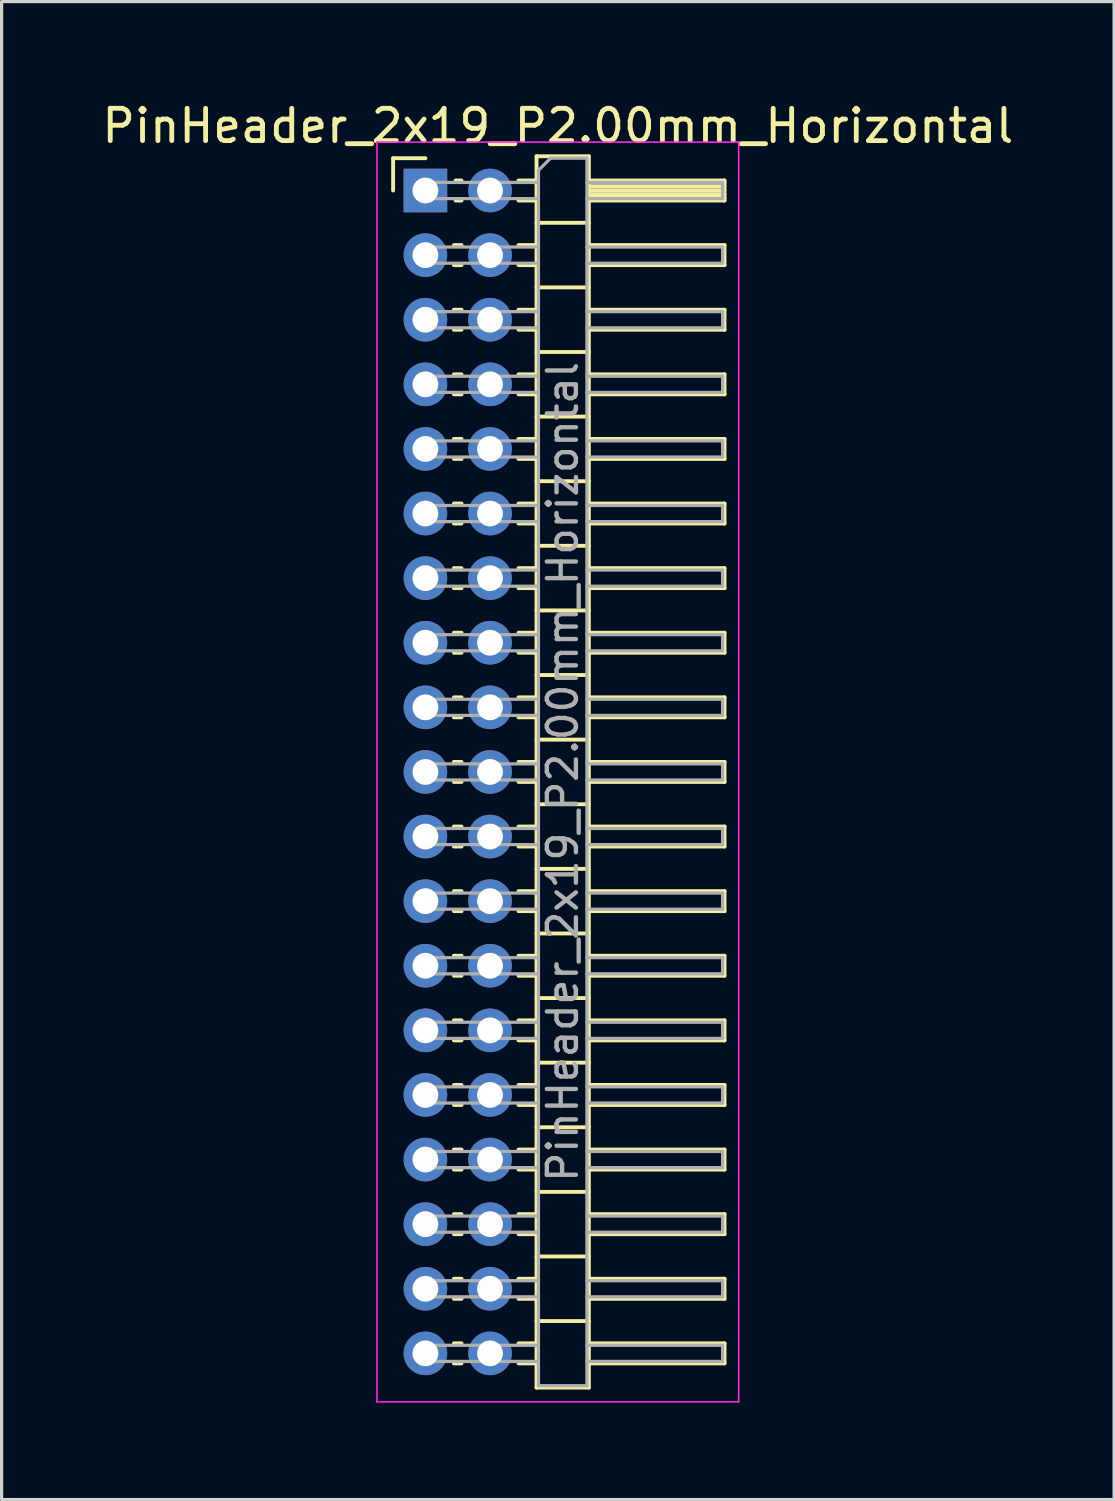
<source format=kicad_pcb>
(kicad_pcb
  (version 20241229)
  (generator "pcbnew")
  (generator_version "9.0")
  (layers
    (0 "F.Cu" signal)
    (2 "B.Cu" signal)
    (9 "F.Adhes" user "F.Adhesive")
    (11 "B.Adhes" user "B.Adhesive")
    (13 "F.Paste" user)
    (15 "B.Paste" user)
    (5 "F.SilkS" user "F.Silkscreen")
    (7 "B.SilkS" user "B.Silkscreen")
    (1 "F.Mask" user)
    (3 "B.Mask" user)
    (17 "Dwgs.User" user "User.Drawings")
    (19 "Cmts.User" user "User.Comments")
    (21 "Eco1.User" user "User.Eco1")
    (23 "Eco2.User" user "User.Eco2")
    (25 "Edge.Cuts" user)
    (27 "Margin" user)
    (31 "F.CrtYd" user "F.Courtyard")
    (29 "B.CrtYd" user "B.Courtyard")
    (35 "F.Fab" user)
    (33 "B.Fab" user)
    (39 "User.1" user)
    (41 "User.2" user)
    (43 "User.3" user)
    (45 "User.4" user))
  (footprint "PinHeader_2x19_P2.00mm_Horizontal"
    (layer "F.Cu")
    (at 10.12 2.848)
    (property "Reference" "PinHeader_2x19_P2.00mm_Horizontal" (at 4.1 -2 0) (layer "F.SilkS") (effects (font (size 1 1) (thickness 0.15))))
    (attr through_hole)
    (fp_line (start -1 -1) (end 0 -1) (stroke (width 0.12) (type solid)) (layer "F.SilkS"))
    (fp_line (start -1 0) (end -1 -1) (stroke (width 0.12) (type solid)) (layer "F.SilkS"))
    (fp_line (start 0.882 1.69) (end 1.118 1.69) (stroke (width 0.12) (type solid)) (layer "F.SilkS"))
    (fp_line (start 0.882 2.31) (end 1.118 2.31) (stroke (width 0.12) (type solid)) (layer "F.SilkS"))
    (fp_line (start 0.882 3.69) (end 1.118 3.69) (stroke (width 0.12) (type solid)) (layer "F.SilkS"))
    (fp_line (start 0.882 4.31) (end 1.118 4.31) (stroke (width 0.12) (type solid)) (layer "F.SilkS"))
    (fp_line (start 0.882 5.69) (end 1.118 5.69) (stroke (width 0.12) (type solid)) (layer "F.SilkS"))
    (fp_line (start 0.882 6.31) (end 1.118 6.31) (stroke (width 0.12) (type solid)) (layer "F.SilkS"))
    (fp_line (start 0.882 7.69) (end 1.118 7.69) (stroke (width 0.12) (type solid)) (layer "F.SilkS"))
    (fp_line (start 0.882 8.31) (end 1.118 8.31) (stroke (width 0.12) (type solid)) (layer "F.SilkS"))
    (fp_line (start 0.882 9.69) (end 1.118 9.69) (stroke (width 0.12) (type solid)) (layer "F.SilkS"))
    (fp_line (start 0.882 10.31) (end 1.118 10.31) (stroke (width 0.12) (type solid)) (layer "F.SilkS"))
    (fp_line (start 0.882 11.69) (end 1.118 11.69) (stroke (width 0.12) (type solid)) (layer "F.SilkS"))
    (fp_line (start 0.882 12.31) (end 1.118 12.31) (stroke (width 0.12) (type solid)) (layer "F.SilkS"))
    (fp_line (start 0.882 13.69) (end 1.118 13.69) (stroke (width 0.12) (type solid)) (layer "F.SilkS"))
    (fp_line (start 0.882 14.31) (end 1.118 14.31) (stroke (width 0.12) (type solid)) (layer "F.SilkS"))
    (fp_line (start 0.882 15.69) (end 1.118 15.69) (stroke (width 0.12) (type solid)) (layer "F.SilkS"))
    (fp_line (start 0.882 16.31) (end 1.118 16.31) (stroke (width 0.12) (type solid)) (layer "F.SilkS"))
    (fp_line (start 0.882 17.69) (end 1.118 17.69) (stroke (width 0.12) (type solid)) (layer "F.SilkS"))
    (fp_line (start 0.882 18.31) (end 1.118 18.31) (stroke (width 0.12) (type solid)) (layer "F.SilkS"))
    (fp_line (start 0.882 19.69) (end 1.118 19.69) (stroke (width 0.12) (type solid)) (layer "F.SilkS"))
    (fp_line (start 0.882 20.31) (end 1.118 20.31) (stroke (width 0.12) (type solid)) (layer "F.SilkS"))
    (fp_line (start 0.882 21.69) (end 1.118 21.69) (stroke (width 0.12) (type solid)) (layer "F.SilkS"))
    (fp_line (start 0.882 22.31) (end 1.118 22.31) (stroke (width 0.12) (type solid)) (layer "F.SilkS"))
    (fp_line (start 0.882 23.69) (end 1.118 23.69) (stroke (width 0.12) (type solid)) (layer "F.SilkS"))
    (fp_line (start 0.882 24.31) (end 1.118 24.31) (stroke (width 0.12) (type solid)) (layer "F.SilkS"))
    (fp_line (start 0.882 25.69) (end 1.118 25.69) (stroke (width 0.12) (type solid)) (layer "F.SilkS"))
    (fp_line (start 0.882 26.31) (end 1.118 26.31) (stroke (width 0.12) (type solid)) (layer "F.SilkS"))
    (fp_line (start 0.882 27.69) (end 1.118 27.69) (stroke (width 0.12) (type solid)) (layer "F.SilkS"))
    (fp_line (start 0.882 28.31) (end 1.118 28.31) (stroke (width 0.12) (type solid)) (layer "F.SilkS"))
    (fp_line (start 0.882 29.69) (end 1.118 29.69) (stroke (width 0.12) (type solid)) (layer "F.SilkS"))
    (fp_line (start 0.882 30.31) (end 1.118 30.31) (stroke (width 0.12) (type solid)) (layer "F.SilkS"))
    (fp_line (start 0.882 31.69) (end 1.118 31.69) (stroke (width 0.12) (type solid)) (layer "F.SilkS"))
    (fp_line (start 0.882 32.31) (end 1.118 32.31) (stroke (width 0.12) (type solid)) (layer "F.SilkS"))
    (fp_line (start 0.882 33.69) (end 1.118 33.69) (stroke (width 0.12) (type solid)) (layer "F.SilkS"))
    (fp_line (start 0.882 34.31) (end 1.118 34.31) (stroke (width 0.12) (type solid)) (layer "F.SilkS"))
    (fp_line (start 0.882 35.69) (end 1.118 35.69) (stroke (width 0.12) (type solid)) (layer "F.SilkS"))
    (fp_line (start 0.882 36.31) (end 1.118 36.31) (stroke (width 0.12) (type solid)) (layer "F.SilkS"))
    (fp_line (start 0.935 -0.31) (end 1.118 -0.31) (stroke (width 0.12) (type solid)) (layer "F.SilkS"))
    (fp_line (start 0.935 0.31) (end 1.118 0.31) (stroke (width 0.12) (type solid)) (layer "F.SilkS"))
    (fp_line (start 2.882 -0.31) (end 3.44 -0.31) (stroke (width 0.12) (type solid)) (layer "F.SilkS"))
    (fp_line (start 2.882 0.31) (end 3.44 0.31) (stroke (width 0.12) (type solid)) (layer "F.SilkS"))
    (fp_line (start 2.882 1.69) (end 3.44 1.69) (stroke (width 0.12) (type solid)) (layer "F.SilkS"))
    (fp_line (start 2.882 2.31) (end 3.44 2.31) (stroke (width 0.12) (type solid)) (layer "F.SilkS"))
    (fp_line (start 2.882 3.69) (end 3.44 3.69) (stroke (width 0.12) (type solid)) (layer "F.SilkS"))
    (fp_line (start 2.882 4.31) (end 3.44 4.31) (stroke (width 0.12) (type solid)) (layer "F.SilkS"))
    (fp_line (start 2.882 5.69) (end 3.44 5.69) (stroke (width 0.12) (type solid)) (layer "F.SilkS"))
    (fp_line (start 2.882 6.31) (end 3.44 6.31) (stroke (width 0.12) (type solid)) (layer "F.SilkS"))
    (fp_line (start 2.882 7.69) (end 3.44 7.69) (stroke (width 0.12) (type solid)) (layer "F.SilkS"))
    (fp_line (start 2.882 8.31) (end 3.44 8.31) (stroke (width 0.12) (type solid)) (layer "F.SilkS"))
    (fp_line (start 2.882 9.69) (end 3.44 9.69) (stroke (width 0.12) (type solid)) (layer "F.SilkS"))
    (fp_line (start 2.882 10.31) (end 3.44 10.31) (stroke (width 0.12) (type solid)) (layer "F.SilkS"))
    (fp_line (start 2.882 11.69) (end 3.44 11.69) (stroke (width 0.12) (type solid)) (layer "F.SilkS"))
    (fp_line (start 2.882 12.31) (end 3.44 12.31) (stroke (width 0.12) (type solid)) (layer "F.SilkS"))
    (fp_line (start 2.882 13.69) (end 3.44 13.69) (stroke (width 0.12) (type solid)) (layer "F.SilkS"))
    (fp_line (start 2.882 14.31) (end 3.44 14.31) (stroke (width 0.12) (type solid)) (layer "F.SilkS"))
    (fp_line (start 2.882 15.69) (end 3.44 15.69) (stroke (width 0.12) (type solid)) (layer "F.SilkS"))
    (fp_line (start 2.882 16.31) (end 3.44 16.31) (stroke (width 0.12) (type solid)) (layer "F.SilkS"))
    (fp_line (start 2.882 17.69) (end 3.44 17.69) (stroke (width 0.12) (type solid)) (layer "F.SilkS"))
    (fp_line (start 2.882 18.31) (end 3.44 18.31) (stroke (width 0.12) (type solid)) (layer "F.SilkS"))
    (fp_line (start 2.882 19.69) (end 3.44 19.69) (stroke (width 0.12) (type solid)) (layer "F.SilkS"))
    (fp_line (start 2.882 20.31) (end 3.44 20.31) (stroke (width 0.12) (type solid)) (layer "F.SilkS"))
    (fp_line (start 2.882 21.69) (end 3.44 21.69) (stroke (width 0.12) (type solid)) (layer "F.SilkS"))
    (fp_line (start 2.882 22.31) (end 3.44 22.31) (stroke (width 0.12) (type solid)) (layer "F.SilkS"))
    (fp_line (start 2.882 23.69) (end 3.44 23.69) (stroke (width 0.12) (type solid)) (layer "F.SilkS"))
    (fp_line (start 2.882 24.31) (end 3.44 24.31) (stroke (width 0.12) (type solid)) (layer "F.SilkS"))
    (fp_line (start 2.882 25.69) (end 3.44 25.69) (stroke (width 0.12) (type solid)) (layer "F.SilkS"))
    (fp_line (start 2.882 26.31) (end 3.44 26.31) (stroke (width 0.12) (type solid)) (layer "F.SilkS"))
    (fp_line (start 2.882 27.69) (end 3.44 27.69) (stroke (width 0.12) (type solid)) (layer "F.SilkS"))
    (fp_line (start 2.882 28.31) (end 3.44 28.31) (stroke (width 0.12) (type solid)) (layer "F.SilkS"))
    (fp_line (start 2.882 29.69) (end 3.44 29.69) (stroke (width 0.12) (type solid)) (layer "F.SilkS"))
    (fp_line (start 2.882 30.31) (end 3.44 30.31) (stroke (width 0.12) (type solid)) (layer "F.SilkS"))
    (fp_line (start 2.882 31.69) (end 3.44 31.69) (stroke (width 0.12) (type solid)) (layer "F.SilkS"))
    (fp_line (start 2.882 32.31) (end 3.44 32.31) (stroke (width 0.12) (type solid)) (layer "F.SilkS"))
    (fp_line (start 2.882 33.69) (end 3.44 33.69) (stroke (width 0.12) (type solid)) (layer "F.SilkS"))
    (fp_line (start 2.882 34.31) (end 3.44 34.31) (stroke (width 0.12) (type solid)) (layer "F.SilkS"))
    (fp_line (start 2.882 35.69) (end 3.44 35.69) (stroke (width 0.12) (type solid)) (layer "F.SilkS"))
    (fp_line (start 2.882 36.31) (end 3.44 36.31) (stroke (width 0.12) (type solid)) (layer "F.SilkS"))
    (fp_line (start 3.44 -1.06) (end 3.44 37.06) (stroke (width 0.12) (type solid)) (layer "F.SilkS"))
    (fp_line (start 3.44 1) (end 5.06 1) (stroke (width 0.12) (type solid)) (layer "F.SilkS"))
    (fp_line (start 3.44 3) (end 5.06 3) (stroke (width 0.12) (type solid)) (layer "F.SilkS"))
    (fp_line (start 3.44 5) (end 5.06 5) (stroke (width 0.12) (type solid)) (layer "F.SilkS"))
    (fp_line (start 3.44 7) (end 5.06 7) (stroke (width 0.12) (type solid)) (layer "F.SilkS"))
    (fp_line (start 3.44 9) (end 5.06 9) (stroke (width 0.12) (type solid)) (layer "F.SilkS"))
    (fp_line (start 3.44 11) (end 5.06 11) (stroke (width 0.12) (type solid)) (layer "F.SilkS"))
    (fp_line (start 3.44 13) (end 5.06 13) (stroke (width 0.12) (type solid)) (layer "F.SilkS"))
    (fp_line (start 3.44 15) (end 5.06 15) (stroke (width 0.12) (type solid)) (layer "F.SilkS"))
    (fp_line (start 3.44 17) (end 5.06 17) (stroke (width 0.12) (type solid)) (layer "F.SilkS"))
    (fp_line (start 3.44 19) (end 5.06 19) (stroke (width 0.12) (type solid)) (layer "F.SilkS"))
    (fp_line (start 3.44 21) (end 5.06 21) (stroke (width 0.12) (type solid)) (layer "F.SilkS"))
    (fp_line (start 3.44 23) (end 5.06 23) (stroke (width 0.12) (type solid)) (layer "F.SilkS"))
    (fp_line (start 3.44 25) (end 5.06 25) (stroke (width 0.12) (type solid)) (layer "F.SilkS"))
    (fp_line (start 3.44 27) (end 5.06 27) (stroke (width 0.12) (type solid)) (layer "F.SilkS"))
    (fp_line (start 3.44 29) (end 5.06 29) (stroke (width 0.12) (type solid)) (layer "F.SilkS"))
    (fp_line (start 3.44 31) (end 5.06 31) (stroke (width 0.12) (type solid)) (layer "F.SilkS"))
    (fp_line (start 3.44 33) (end 5.06 33) (stroke (width 0.12) (type solid)) (layer "F.SilkS"))
    (fp_line (start 3.44 35) (end 5.06 35) (stroke (width 0.12) (type solid)) (layer "F.SilkS"))
    (fp_line (start 3.44 37.06) (end 5.06 37.06) (stroke (width 0.12) (type solid)) (layer "F.SilkS"))
    (fp_line (start 5.06 -1.06) (end 3.44 -1.06) (stroke (width 0.12) (type solid)) (layer "F.SilkS"))
    (fp_line (start 5.06 -0.31) (end 9.26 -0.31) (stroke (width 0.12) (type solid)) (layer "F.SilkS"))
    (fp_line (start 5.06 -0.25) (end 9.26 -0.25) (stroke (width 0.12) (type solid)) (layer "F.SilkS"))
    (fp_line (start 5.06 -0.13) (end 9.26 -0.13) (stroke (width 0.12) (type solid)) (layer "F.SilkS"))
    (fp_line (start 5.06 -0.01) (end 9.26 -0.01) (stroke (width 0.12) (type solid)) (layer "F.SilkS"))
    (fp_line (start 5.06 0.11) (end 9.26 0.11) (stroke (width 0.12) (type solid)) (layer "F.SilkS"))
    (fp_line (start 5.06 0.23) (end 9.26 0.23) (stroke (width 0.12) (type solid)) (layer "F.SilkS"))
    (fp_line (start 5.06 1.69) (end 9.26 1.69) (stroke (width 0.12) (type solid)) (layer "F.SilkS"))
    (fp_line (start 5.06 3.69) (end 9.26 3.69) (stroke (width 0.12) (type solid)) (layer "F.SilkS"))
    (fp_line (start 5.06 5.69) (end 9.26 5.69) (stroke (width 0.12) (type solid)) (layer "F.SilkS"))
    (fp_line (start 5.06 7.69) (end 9.26 7.69) (stroke (width 0.12) (type solid)) (layer "F.SilkS"))
    (fp_line (start 5.06 9.69) (end 9.26 9.69) (stroke (width 0.12) (type solid)) (layer "F.SilkS"))
    (fp_line (start 5.06 11.69) (end 9.26 11.69) (stroke (width 0.12) (type solid)) (layer "F.SilkS"))
    (fp_line (start 5.06 13.69) (end 9.26 13.69) (stroke (width 0.12) (type solid)) (layer "F.SilkS"))
    (fp_line (start 5.06 15.69) (end 9.26 15.69) (stroke (width 0.12) (type solid)) (layer "F.SilkS"))
    (fp_line (start 5.06 17.69) (end 9.26 17.69) (stroke (width 0.12) (type solid)) (layer "F.SilkS"))
    (fp_line (start 5.06 19.69) (end 9.26 19.69) (stroke (width 0.12) (type solid)) (layer "F.SilkS"))
    (fp_line (start 5.06 21.69) (end 9.26 21.69) (stroke (width 0.12) (type solid)) (layer "F.SilkS"))
    (fp_line (start 5.06 23.69) (end 9.26 23.69) (stroke (width 0.12) (type solid)) (layer "F.SilkS"))
    (fp_line (start 5.06 25.69) (end 9.26 25.69) (stroke (width 0.12) (type solid)) (layer "F.SilkS"))
    (fp_line (start 5.06 27.69) (end 9.26 27.69) (stroke (width 0.12) (type solid)) (layer "F.SilkS"))
    (fp_line (start 5.06 29.69) (end 9.26 29.69) (stroke (width 0.12) (type solid)) (layer "F.SilkS"))
    (fp_line (start 5.06 31.69) (end 9.26 31.69) (stroke (width 0.12) (type solid)) (layer "F.SilkS"))
    (fp_line (start 5.06 33.69) (end 9.26 33.69) (stroke (width 0.12) (type solid)) (layer "F.SilkS"))
    (fp_line (start 5.06 35.69) (end 9.26 35.69) (stroke (width 0.12) (type solid)) (layer "F.SilkS"))
    (fp_line (start 5.06 37.06) (end 5.06 -1.06) (stroke (width 0.12) (type solid)) (layer "F.SilkS"))
    (fp_line (start 9.26 -0.31) (end 9.26 0.31) (stroke (width 0.12) (type solid)) (layer "F.SilkS"))
    (fp_line (start 9.26 0.31) (end 5.06 0.31) (stroke (width 0.12) (type solid)) (layer "F.SilkS"))
    (fp_line (start 9.26 1.69) (end 9.26 2.31) (stroke (width 0.12) (type solid)) (layer "F.SilkS"))
    (fp_line (start 9.26 2.31) (end 5.06 2.31) (stroke (width 0.12) (type solid)) (layer "F.SilkS"))
    (fp_line (start 9.26 3.69) (end 9.26 4.31) (stroke (width 0.12) (type solid)) (layer "F.SilkS"))
    (fp_line (start 9.26 4.31) (end 5.06 4.31) (stroke (width 0.12) (type solid)) (layer "F.SilkS"))
    (fp_line (start 9.26 5.69) (end 9.26 6.31) (stroke (width 0.12) (type solid)) (layer "F.SilkS"))
    (fp_line (start 9.26 6.31) (end 5.06 6.31) (stroke (width 0.12) (type solid)) (layer "F.SilkS"))
    (fp_line (start 9.26 7.69) (end 9.26 8.31) (stroke (width 0.12) (type solid)) (layer "F.SilkS"))
    (fp_line (start 9.26 8.31) (end 5.06 8.31) (stroke (width 0.12) (type solid)) (layer "F.SilkS"))
    (fp_line (start 9.26 9.69) (end 9.26 10.31) (stroke (width 0.12) (type solid)) (layer "F.SilkS"))
    (fp_line (start 9.26 10.31) (end 5.06 10.31) (stroke (width 0.12) (type solid)) (layer "F.SilkS"))
    (fp_line (start 9.26 11.69) (end 9.26 12.31) (stroke (width 0.12) (type solid)) (layer "F.SilkS"))
    (fp_line (start 9.26 12.31) (end 5.06 12.31) (stroke (width 0.12) (type solid)) (layer "F.SilkS"))
    (fp_line (start 9.26 13.69) (end 9.26 14.31) (stroke (width 0.12) (type solid)) (layer "F.SilkS"))
    (fp_line (start 9.26 14.31) (end 5.06 14.31) (stroke (width 0.12) (type solid)) (layer "F.SilkS"))
    (fp_line (start 9.26 15.69) (end 9.26 16.31) (stroke (width 0.12) (type solid)) (layer "F.SilkS"))
    (fp_line (start 9.26 16.31) (end 5.06 16.31) (stroke (width 0.12) (type solid)) (layer "F.SilkS"))
    (fp_line (start 9.26 17.69) (end 9.26 18.31) (stroke (width 0.12) (type solid)) (layer "F.SilkS"))
    (fp_line (start 9.26 18.31) (end 5.06 18.31) (stroke (width 0.12) (type solid)) (layer "F.SilkS"))
    (fp_line (start 9.26 19.69) (end 9.26 20.31) (stroke (width 0.12) (type solid)) (layer "F.SilkS"))
    (fp_line (start 9.26 20.31) (end 5.06 20.31) (stroke (width 0.12) (type solid)) (layer "F.SilkS"))
    (fp_line (start 9.26 21.69) (end 9.26 22.31) (stroke (width 0.12) (type solid)) (layer "F.SilkS"))
    (fp_line (start 9.26 22.31) (end 5.06 22.31) (stroke (width 0.12) (type solid)) (layer "F.SilkS"))
    (fp_line (start 9.26 23.69) (end 9.26 24.31) (stroke (width 0.12) (type solid)) (layer "F.SilkS"))
    (fp_line (start 9.26 24.31) (end 5.06 24.31) (stroke (width 0.12) (type solid)) (layer "F.SilkS"))
    (fp_line (start 9.26 25.69) (end 9.26 26.31) (stroke (width 0.12) (type solid)) (layer "F.SilkS"))
    (fp_line (start 9.26 26.31) (end 5.06 26.31) (stroke (width 0.12) (type solid)) (layer "F.SilkS"))
    (fp_line (start 9.26 27.69) (end 9.26 28.31) (stroke (width 0.12) (type solid)) (layer "F.SilkS"))
    (fp_line (start 9.26 28.31) (end 5.06 28.31) (stroke (width 0.12) (type solid)) (layer "F.SilkS"))
    (fp_line (start 9.26 29.69) (end 9.26 30.31) (stroke (width 0.12) (type solid)) (layer "F.SilkS"))
    (fp_line (start 9.26 30.31) (end 5.06 30.31) (stroke (width 0.12) (type solid)) (layer "F.SilkS"))
    (fp_line (start 9.26 31.69) (end 9.26 32.31) (stroke (width 0.12) (type solid)) (layer "F.SilkS"))
    (fp_line (start 9.26 32.31) (end 5.06 32.31) (stroke (width 0.12) (type solid)) (layer "F.SilkS"))
    (fp_line (start 9.26 33.69) (end 9.26 34.31) (stroke (width 0.12) (type solid)) (layer "F.SilkS"))
    (fp_line (start 9.26 34.31) (end 5.06 34.31) (stroke (width 0.12) (type solid)) (layer "F.SilkS"))
    (fp_line (start 9.26 35.69) (end 9.26 36.31) (stroke (width 0.12) (type solid)) (layer "F.SilkS"))
    (fp_line (start 9.26 36.31) (end 5.06 36.31) (stroke (width 0.12) (type solid)) (layer "F.SilkS"))
    (fp_line (start -1.5 -1.5) (end -1.5 37.5) (stroke (width 0.05) (type solid)) (layer "F.CrtYd"))
    (fp_line (start -1.5 37.5) (end 9.7 37.5) (stroke (width 0.05) (type solid)) (layer "F.CrtYd"))
    (fp_line (start 9.7 -1.5) (end -1.5 -1.5) (stroke (width 0.05) (type solid)) (layer "F.CrtYd"))
    (fp_line (start 9.7 37.5) (end 9.7 -1.5) (stroke (width 0.05) (type solid)) (layer "F.CrtYd"))
    (fp_line (start -0.25 -0.25) (end -0.25 0.25) (stroke (width 0.1) (type solid)) (layer "F.Fab"))
    (fp_line (start -0.25 -0.25) (end 3.5 -0.25) (stroke (width 0.1) (type solid)) (layer "F.Fab"))
    (fp_line (start -0.25 0.25) (end 3.5 0.25) (stroke (width 0.1) (type solid)) (layer "F.Fab"))
    (fp_line (start -0.25 1.75) (end -0.25 2.25) (stroke (width 0.1) (type solid)) (layer "F.Fab"))
    (fp_line (start -0.25 1.75) (end 3.5 1.75) (stroke (width 0.1) (type solid)) (layer "F.Fab"))
    (fp_line (start -0.25 2.25) (end 3.5 2.25) (stroke (width 0.1) (type solid)) (layer "F.Fab"))
    (fp_line (start -0.25 3.75) (end -0.25 4.25) (stroke (width 0.1) (type solid)) (layer "F.Fab"))
    (fp_line (start -0.25 3.75) (end 3.5 3.75) (stroke (width 0.1) (type solid)) (layer "F.Fab"))
    (fp_line (start -0.25 4.25) (end 3.5 4.25) (stroke (width 0.1) (type solid)) (layer "F.Fab"))
    (fp_line (start -0.25 5.75) (end -0.25 6.25) (stroke (width 0.1) (type solid)) (layer "F.Fab"))
    (fp_line (start -0.25 5.75) (end 3.5 5.75) (stroke (width 0.1) (type solid)) (layer "F.Fab"))
    (fp_line (start -0.25 6.25) (end 3.5 6.25) (stroke (width 0.1) (type solid)) (layer "F.Fab"))
    (fp_line (start -0.25 7.75) (end -0.25 8.25) (stroke (width 0.1) (type solid)) (layer "F.Fab"))
    (fp_line (start -0.25 7.75) (end 3.5 7.75) (stroke (width 0.1) (type solid)) (layer "F.Fab"))
    (fp_line (start -0.25 8.25) (end 3.5 8.25) (stroke (width 0.1) (type solid)) (layer "F.Fab"))
    (fp_line (start -0.25 9.75) (end -0.25 10.25) (stroke (width 0.1) (type solid)) (layer "F.Fab"))
    (fp_line (start -0.25 9.75) (end 3.5 9.75) (stroke (width 0.1) (type solid)) (layer "F.Fab"))
    (fp_line (start -0.25 10.25) (end 3.5 10.25) (stroke (width 0.1) (type solid)) (layer "F.Fab"))
    (fp_line (start -0.25 11.75) (end -0.25 12.25) (stroke (width 0.1) (type solid)) (layer "F.Fab"))
    (fp_line (start -0.25 11.75) (end 3.5 11.75) (stroke (width 0.1) (type solid)) (layer "F.Fab"))
    (fp_line (start -0.25 12.25) (end 3.5 12.25) (stroke (width 0.1) (type solid)) (layer "F.Fab"))
    (fp_line (start -0.25 13.75) (end -0.25 14.25) (stroke (width 0.1) (type solid)) (layer "F.Fab"))
    (fp_line (start -0.25 13.75) (end 3.5 13.75) (stroke (width 0.1) (type solid)) (layer "F.Fab"))
    (fp_line (start -0.25 14.25) (end 3.5 14.25) (stroke (width 0.1) (type solid)) (layer "F.Fab"))
    (fp_line (start -0.25 15.75) (end -0.25 16.25) (stroke (width 0.1) (type solid)) (layer "F.Fab"))
    (fp_line (start -0.25 15.75) (end 3.5 15.75) (stroke (width 0.1) (type solid)) (layer "F.Fab"))
    (fp_line (start -0.25 16.25) (end 3.5 16.25) (stroke (width 0.1) (type solid)) (layer "F.Fab"))
    (fp_line (start -0.25 17.75) (end -0.25 18.25) (stroke (width 0.1) (type solid)) (layer "F.Fab"))
    (fp_line (start -0.25 17.75) (end 3.5 17.75) (stroke (width 0.1) (type solid)) (layer "F.Fab"))
    (fp_line (start -0.25 18.25) (end 3.5 18.25) (stroke (width 0.1) (type solid)) (layer "F.Fab"))
    (fp_line (start -0.25 19.75) (end -0.25 20.25) (stroke (width 0.1) (type solid)) (layer "F.Fab"))
    (fp_line (start -0.25 19.75) (end 3.5 19.75) (stroke (width 0.1) (type solid)) (layer "F.Fab"))
    (fp_line (start -0.25 20.25) (end 3.5 20.25) (stroke (width 0.1) (type solid)) (layer "F.Fab"))
    (fp_line (start -0.25 21.75) (end -0.25 22.25) (stroke (width 0.1) (type solid)) (layer "F.Fab"))
    (fp_line (start -0.25 21.75) (end 3.5 21.75) (stroke (width 0.1) (type solid)) (layer "F.Fab"))
    (fp_line (start -0.25 22.25) (end 3.5 22.25) (stroke (width 0.1) (type solid)) (layer "F.Fab"))
    (fp_line (start -0.25 23.75) (end -0.25 24.25) (stroke (width 0.1) (type solid)) (layer "F.Fab"))
    (fp_line (start -0.25 23.75) (end 3.5 23.75) (stroke (width 0.1) (type solid)) (layer "F.Fab"))
    (fp_line (start -0.25 24.25) (end 3.5 24.25) (stroke (width 0.1) (type solid)) (layer "F.Fab"))
    (fp_line (start -0.25 25.75) (end -0.25 26.25) (stroke (width 0.1) (type solid)) (layer "F.Fab"))
    (fp_line (start -0.25 25.75) (end 3.5 25.75) (stroke (width 0.1) (type solid)) (layer "F.Fab"))
    (fp_line (start -0.25 26.25) (end 3.5 26.25) (stroke (width 0.1) (type solid)) (layer "F.Fab"))
    (fp_line (start -0.25 27.75) (end -0.25 28.25) (stroke (width 0.1) (type solid)) (layer "F.Fab"))
    (fp_line (start -0.25 27.75) (end 3.5 27.75) (stroke (width 0.1) (type solid)) (layer "F.Fab"))
    (fp_line (start -0.25 28.25) (end 3.5 28.25) (stroke (width 0.1) (type solid)) (layer "F.Fab"))
    (fp_line (start -0.25 29.75) (end -0.25 30.25) (stroke (width 0.1) (type solid)) (layer "F.Fab"))
    (fp_line (start -0.25 29.75) (end 3.5 29.75) (stroke (width 0.1) (type solid)) (layer "F.Fab"))
    (fp_line (start -0.25 30.25) (end 3.5 30.25) (stroke (width 0.1) (type solid)) (layer "F.Fab"))
    (fp_line (start -0.25 31.75) (end -0.25 32.25) (stroke (width 0.1) (type solid)) (layer "F.Fab"))
    (fp_line (start -0.25 31.75) (end 3.5 31.75) (stroke (width 0.1) (type solid)) (layer "F.Fab"))
    (fp_line (start -0.25 32.25) (end 3.5 32.25) (stroke (width 0.1) (type solid)) (layer "F.Fab"))
    (fp_line (start -0.25 33.75) (end -0.25 34.25) (stroke (width 0.1) (type solid)) (layer "F.Fab"))
    (fp_line (start -0.25 33.75) (end 3.5 33.75) (stroke (width 0.1) (type solid)) (layer "F.Fab"))
    (fp_line (start -0.25 34.25) (end 3.5 34.25) (stroke (width 0.1) (type solid)) (layer "F.Fab"))
    (fp_line (start -0.25 35.75) (end -0.25 36.25) (stroke (width 0.1) (type solid)) (layer "F.Fab"))
    (fp_line (start -0.25 35.75) (end 3.5 35.75) (stroke (width 0.1) (type solid)) (layer "F.Fab"))
    (fp_line (start -0.25 36.25) (end 3.5 36.25) (stroke (width 0.1) (type solid)) (layer "F.Fab"))
    (fp_line (start 3.5 -0.625) (end 3.875 -1) (stroke (width 0.1) (type solid)) (layer "F.Fab"))
    (fp_line (start 3.5 37) (end 3.5 -0.625) (stroke (width 0.1) (type solid)) (layer "F.Fab"))
    (fp_line (start 3.875 -1) (end 5 -1) (stroke (width 0.1) (type solid)) (layer "F.Fab"))
    (fp_line (start 5 -1) (end 5 37) (stroke (width 0.1) (type solid)) (layer "F.Fab"))
    (fp_line (start 5 -0.25) (end 9.2 -0.25) (stroke (width 0.1) (type solid)) (layer "F.Fab"))
    (fp_line (start 5 0.25) (end 9.2 0.25) (stroke (width 0.1) (type solid)) (layer "F.Fab"))
    (fp_line (start 5 1.75) (end 9.2 1.75) (stroke (width 0.1) (type solid)) (layer "F.Fab"))
    (fp_line (start 5 2.25) (end 9.2 2.25) (stroke (width 0.1) (type solid)) (layer "F.Fab"))
    (fp_line (start 5 3.75) (end 9.2 3.75) (stroke (width 0.1) (type solid)) (layer "F.Fab"))
    (fp_line (start 5 4.25) (end 9.2 4.25) (stroke (width 0.1) (type solid)) (layer "F.Fab"))
    (fp_line (start 5 5.75) (end 9.2 5.75) (stroke (width 0.1) (type solid)) (layer "F.Fab"))
    (fp_line (start 5 6.25) (end 9.2 6.25) (stroke (width 0.1) (type solid)) (layer "F.Fab"))
    (fp_line (start 5 7.75) (end 9.2 7.75) (stroke (width 0.1) (type solid)) (layer "F.Fab"))
    (fp_line (start 5 8.25) (end 9.2 8.25) (stroke (width 0.1) (type solid)) (layer "F.Fab"))
    (fp_line (start 5 9.75) (end 9.2 9.75) (stroke (width 0.1) (type solid)) (layer "F.Fab"))
    (fp_line (start 5 10.25) (end 9.2 10.25) (stroke (width 0.1) (type solid)) (layer "F.Fab"))
    (fp_line (start 5 11.75) (end 9.2 11.75) (stroke (width 0.1) (type solid)) (layer "F.Fab"))
    (fp_line (start 5 12.25) (end 9.2 12.25) (stroke (width 0.1) (type solid)) (layer "F.Fab"))
    (fp_line (start 5 13.75) (end 9.2 13.75) (stroke (width 0.1) (type solid)) (layer "F.Fab"))
    (fp_line (start 5 14.25) (end 9.2 14.25) (stroke (width 0.1) (type solid)) (layer "F.Fab"))
    (fp_line (start 5 15.75) (end 9.2 15.75) (stroke (width 0.1) (type solid)) (layer "F.Fab"))
    (fp_line (start 5 16.25) (end 9.2 16.25) (stroke (width 0.1) (type solid)) (layer "F.Fab"))
    (fp_line (start 5 17.75) (end 9.2 17.75) (stroke (width 0.1) (type solid)) (layer "F.Fab"))
    (fp_line (start 5 18.25) (end 9.2 18.25) (stroke (width 0.1) (type solid)) (layer "F.Fab"))
    (fp_line (start 5 19.75) (end 9.2 19.75) (stroke (width 0.1) (type solid)) (layer "F.Fab"))
    (fp_line (start 5 20.25) (end 9.2 20.25) (stroke (width 0.1) (type solid)) (layer "F.Fab"))
    (fp_line (start 5 21.75) (end 9.2 21.75) (stroke (width 0.1) (type solid)) (layer "F.Fab"))
    (fp_line (start 5 22.25) (end 9.2 22.25) (stroke (width 0.1) (type solid)) (layer "F.Fab"))
    (fp_line (start 5 23.75) (end 9.2 23.75) (stroke (width 0.1) (type solid)) (layer "F.Fab"))
    (fp_line (start 5 24.25) (end 9.2 24.25) (stroke (width 0.1) (type solid)) (layer "F.Fab"))
    (fp_line (start 5 25.75) (end 9.2 25.75) (stroke (width 0.1) (type solid)) (layer "F.Fab"))
    (fp_line (start 5 26.25) (end 9.2 26.25) (stroke (width 0.1) (type solid)) (layer "F.Fab"))
    (fp_line (start 5 27.75) (end 9.2 27.75) (stroke (width 0.1) (type solid)) (layer "F.Fab"))
    (fp_line (start 5 28.25) (end 9.2 28.25) (stroke (width 0.1) (type solid)) (layer "F.Fab"))
    (fp_line (start 5 29.75) (end 9.2 29.75) (stroke (width 0.1) (type solid)) (layer "F.Fab"))
    (fp_line (start 5 30.25) (end 9.2 30.25) (stroke (width 0.1) (type solid)) (layer "F.Fab"))
    (fp_line (start 5 31.75) (end 9.2 31.75) (stroke (width 0.1) (type solid)) (layer "F.Fab"))
    (fp_line (start 5 32.25) (end 9.2 32.25) (stroke (width 0.1) (type solid)) (layer "F.Fab"))
    (fp_line (start 5 33.75) (end 9.2 33.75) (stroke (width 0.1) (type solid)) (layer "F.Fab"))
    (fp_line (start 5 34.25) (end 9.2 34.25) (stroke (width 0.1) (type solid)) (layer "F.Fab"))
    (fp_line (start 5 35.75) (end 9.2 35.75) (stroke (width 0.1) (type solid)) (layer "F.Fab"))
    (fp_line (start 5 36.25) (end 9.2 36.25) (stroke (width 0.1) (type solid)) (layer "F.Fab"))
    (fp_line (start 5 37) (end 3.5 37) (stroke (width 0.1) (type solid)) (layer "F.Fab"))
    (fp_line (start 9.2 -0.25) (end 9.2 0.25) (stroke (width 0.1) (type solid)) (layer "F.Fab"))
    (fp_line (start 9.2 1.75) (end 9.2 2.25) (stroke (width 0.1) (type solid)) (layer "F.Fab"))
    (fp_line (start 9.2 3.75) (end 9.2 4.25) (stroke (width 0.1) (type solid)) (layer "F.Fab"))
    (fp_line (start 9.2 5.75) (end 9.2 6.25) (stroke (width 0.1) (type solid)) (layer "F.Fab"))
    (fp_line (start 9.2 7.75) (end 9.2 8.25) (stroke (width 0.1) (type solid)) (layer "F.Fab"))
    (fp_line (start 9.2 9.75) (end 9.2 10.25) (stroke (width 0.1) (type solid)) (layer "F.Fab"))
    (fp_line (start 9.2 11.75) (end 9.2 12.25) (stroke (width 0.1) (type solid)) (layer "F.Fab"))
    (fp_line (start 9.2 13.75) (end 9.2 14.25) (stroke (width 0.1) (type solid)) (layer "F.Fab"))
    (fp_line (start 9.2 15.75) (end 9.2 16.25) (stroke (width 0.1) (type solid)) (layer "F.Fab"))
    (fp_line (start 9.2 17.75) (end 9.2 18.25) (stroke (width 0.1) (type solid)) (layer "F.Fab"))
    (fp_line (start 9.2 19.75) (end 9.2 20.25) (stroke (width 0.1) (type solid)) (layer "F.Fab"))
    (fp_line (start 9.2 21.75) (end 9.2 22.25) (stroke (width 0.1) (type solid)) (layer "F.Fab"))
    (fp_line (start 9.2 23.75) (end 9.2 24.25) (stroke (width 0.1) (type solid)) (layer "F.Fab"))
    (fp_line (start 9.2 25.75) (end 9.2 26.25) (stroke (width 0.1) (type solid)) (layer "F.Fab"))
    (fp_line (start 9.2 27.75) (end 9.2 28.25) (stroke (width 0.1) (type solid)) (layer "F.Fab"))
    (fp_line (start 9.2 29.75) (end 9.2 30.25) (stroke (width 0.1) (type solid)) (layer "F.Fab"))
    (fp_line (start 9.2 31.75) (end 9.2 32.25) (stroke (width 0.1) (type solid)) (layer "F.Fab"))
    (fp_line (start 9.2 33.75) (end 9.2 34.25) (stroke (width 0.1) (type solid)) (layer "F.Fab"))
    (fp_line (start 9.2 35.75) (end 9.2 36.25) (stroke (width 0.1) (type solid)) (layer "F.Fab"))
    (fp_text user "${REFERENCE}" (at 4.25 18 90) (layer "F.Fab") (effects (font (size 0.9 0.9) (thickness 0.135))))
    (pad "1" thru_hole rect (at 0 0) (size 1.35 1.35) (drill 0.8) (layers "*.Cu" "*.Mask"))
    (pad "2" thru_hole oval (at 2 0) (size 1.35 1.35) (drill 0.8) (layers "*.Cu" "*.Mask"))
    (pad "3" thru_hole oval (at 0 2) (size 1.35 1.35) (drill 0.8) (layers "*.Cu" "*.Mask"))
    (pad "4" thru_hole oval (at 2 2) (size 1.35 1.35) (drill 0.8) (layers "*.Cu" "*.Mask"))
    (pad "5" thru_hole oval (at 0 4) (size 1.35 1.35) (drill 0.8) (layers "*.Cu" "*.Mask"))
    (pad "6" thru_hole oval (at 2 4) (size 1.35 1.35) (drill 0.8) (layers "*.Cu" "*.Mask"))
    (pad "7" thru_hole oval (at 0 6) (size 1.35 1.35) (drill 0.8) (layers "*.Cu" "*.Mask"))
    (pad "8" thru_hole oval (at 2 6) (size 1.35 1.35) (drill 0.8) (layers "*.Cu" "*.Mask"))
    (pad "9" thru_hole oval (at 0 8) (size 1.35 1.35) (drill 0.8) (layers "*.Cu" "*.Mask"))
    (pad "10" thru_hole oval (at 2 8) (size 1.35 1.35) (drill 0.8) (layers "*.Cu" "*.Mask"))
    (pad "11" thru_hole oval (at 0 10) (size 1.35 1.35) (drill 0.8) (layers "*.Cu" "*.Mask"))
    (pad "12" thru_hole oval (at 2 10) (size 1.35 1.35) (drill 0.8) (layers "*.Cu" "*.Mask"))
    (pad "13" thru_hole oval (at 0 12) (size 1.35 1.35) (drill 0.8) (layers "*.Cu" "*.Mask"))
    (pad "14" thru_hole oval (at 2 12) (size 1.35 1.35) (drill 0.8) (layers "*.Cu" "*.Mask"))
    (pad "15" thru_hole oval (at 0 14) (size 1.35 1.35) (drill 0.8) (layers "*.Cu" "*.Mask"))
    (pad "16" thru_hole oval (at 2 14) (size 1.35 1.35) (drill 0.8) (layers "*.Cu" "*.Mask"))
    (pad "17" thru_hole oval (at 0 16) (size 1.35 1.35) (drill 0.8) (layers "*.Cu" "*.Mask"))
    (pad "18" thru_hole oval (at 2 16) (size 1.35 1.35) (drill 0.8) (layers "*.Cu" "*.Mask"))
    (pad "19" thru_hole oval (at 0 18) (size 1.35 1.35) (drill 0.8) (layers "*.Cu" "*.Mask"))
    (pad "20" thru_hole oval (at 2 18) (size 1.35 1.35) (drill 0.8) (layers "*.Cu" "*.Mask"))
    (pad "21" thru_hole oval (at 0 20) (size 1.35 1.35) (drill 0.8) (layers "*.Cu" "*.Mask"))
    (pad "22" thru_hole oval (at 2 20) (size 1.35 1.35) (drill 0.8) (layers "*.Cu" "*.Mask"))
    (pad "23" thru_hole oval (at 0 22) (size 1.35 1.35) (drill 0.8) (layers "*.Cu" "*.Mask"))
    (pad "24" thru_hole oval (at 2 22) (size 1.35 1.35) (drill 0.8) (layers "*.Cu" "*.Mask"))
    (pad "25" thru_hole oval (at 0 24) (size 1.35 1.35) (drill 0.8) (layers "*.Cu" "*.Mask"))
    (pad "26" thru_hole oval (at 2 24) (size 1.35 1.35) (drill 0.8) (layers "*.Cu" "*.Mask"))
    (pad "27" thru_hole oval (at 0 26) (size 1.35 1.35) (drill 0.8) (layers "*.Cu" "*.Mask"))
    (pad "28" thru_hole oval (at 2 26) (size 1.35 1.35) (drill 0.8) (layers "*.Cu" "*.Mask"))
    (pad "29" thru_hole oval (at 0 28) (size 1.35 1.35) (drill 0.8) (layers "*.Cu" "*.Mask"))
    (pad "30" thru_hole oval (at 2 28) (size 1.35 1.35) (drill 0.8) (layers "*.Cu" "*.Mask"))
    (pad "31" thru_hole oval (at 0 30) (size 1.35 1.35) (drill 0.8) (layers "*.Cu" "*.Mask"))
    (pad "32" thru_hole oval (at 2 30) (size 1.35 1.35) (drill 0.8) (layers "*.Cu" "*.Mask"))
    (pad "33" thru_hole oval (at 0 32) (size 1.35 1.35) (drill 0.8) (layers "*.Cu" "*.Mask"))
    (pad "34" thru_hole oval (at 2 32) (size 1.35 1.35) (drill 0.8) (layers "*.Cu" "*.Mask"))
    (pad "35" thru_hole oval (at 0 34) (size 1.35 1.35) (drill 0.8) (layers "*.Cu" "*.Mask"))
    (pad "36" thru_hole oval (at 2 34) (size 1.35 1.35) (drill 0.8) (layers "*.Cu" "*.Mask"))
    (pad "37" thru_hole oval (at 0 36) (size 1.35 1.35) (drill 0.8) (layers "*.Cu" "*.Mask"))
    (pad "38" thru_hole oval (at 2 36) (size 1.35 1.35) (drill 0.8) (layers "*.Cu" "*.Mask")))
  (gr_rect
    (start -3 -3)
    (end 31.44 43.373)
    (stroke (width 0.1) (type default))
    (fill no)
    (layer "Edge.Cuts")))
</source>
